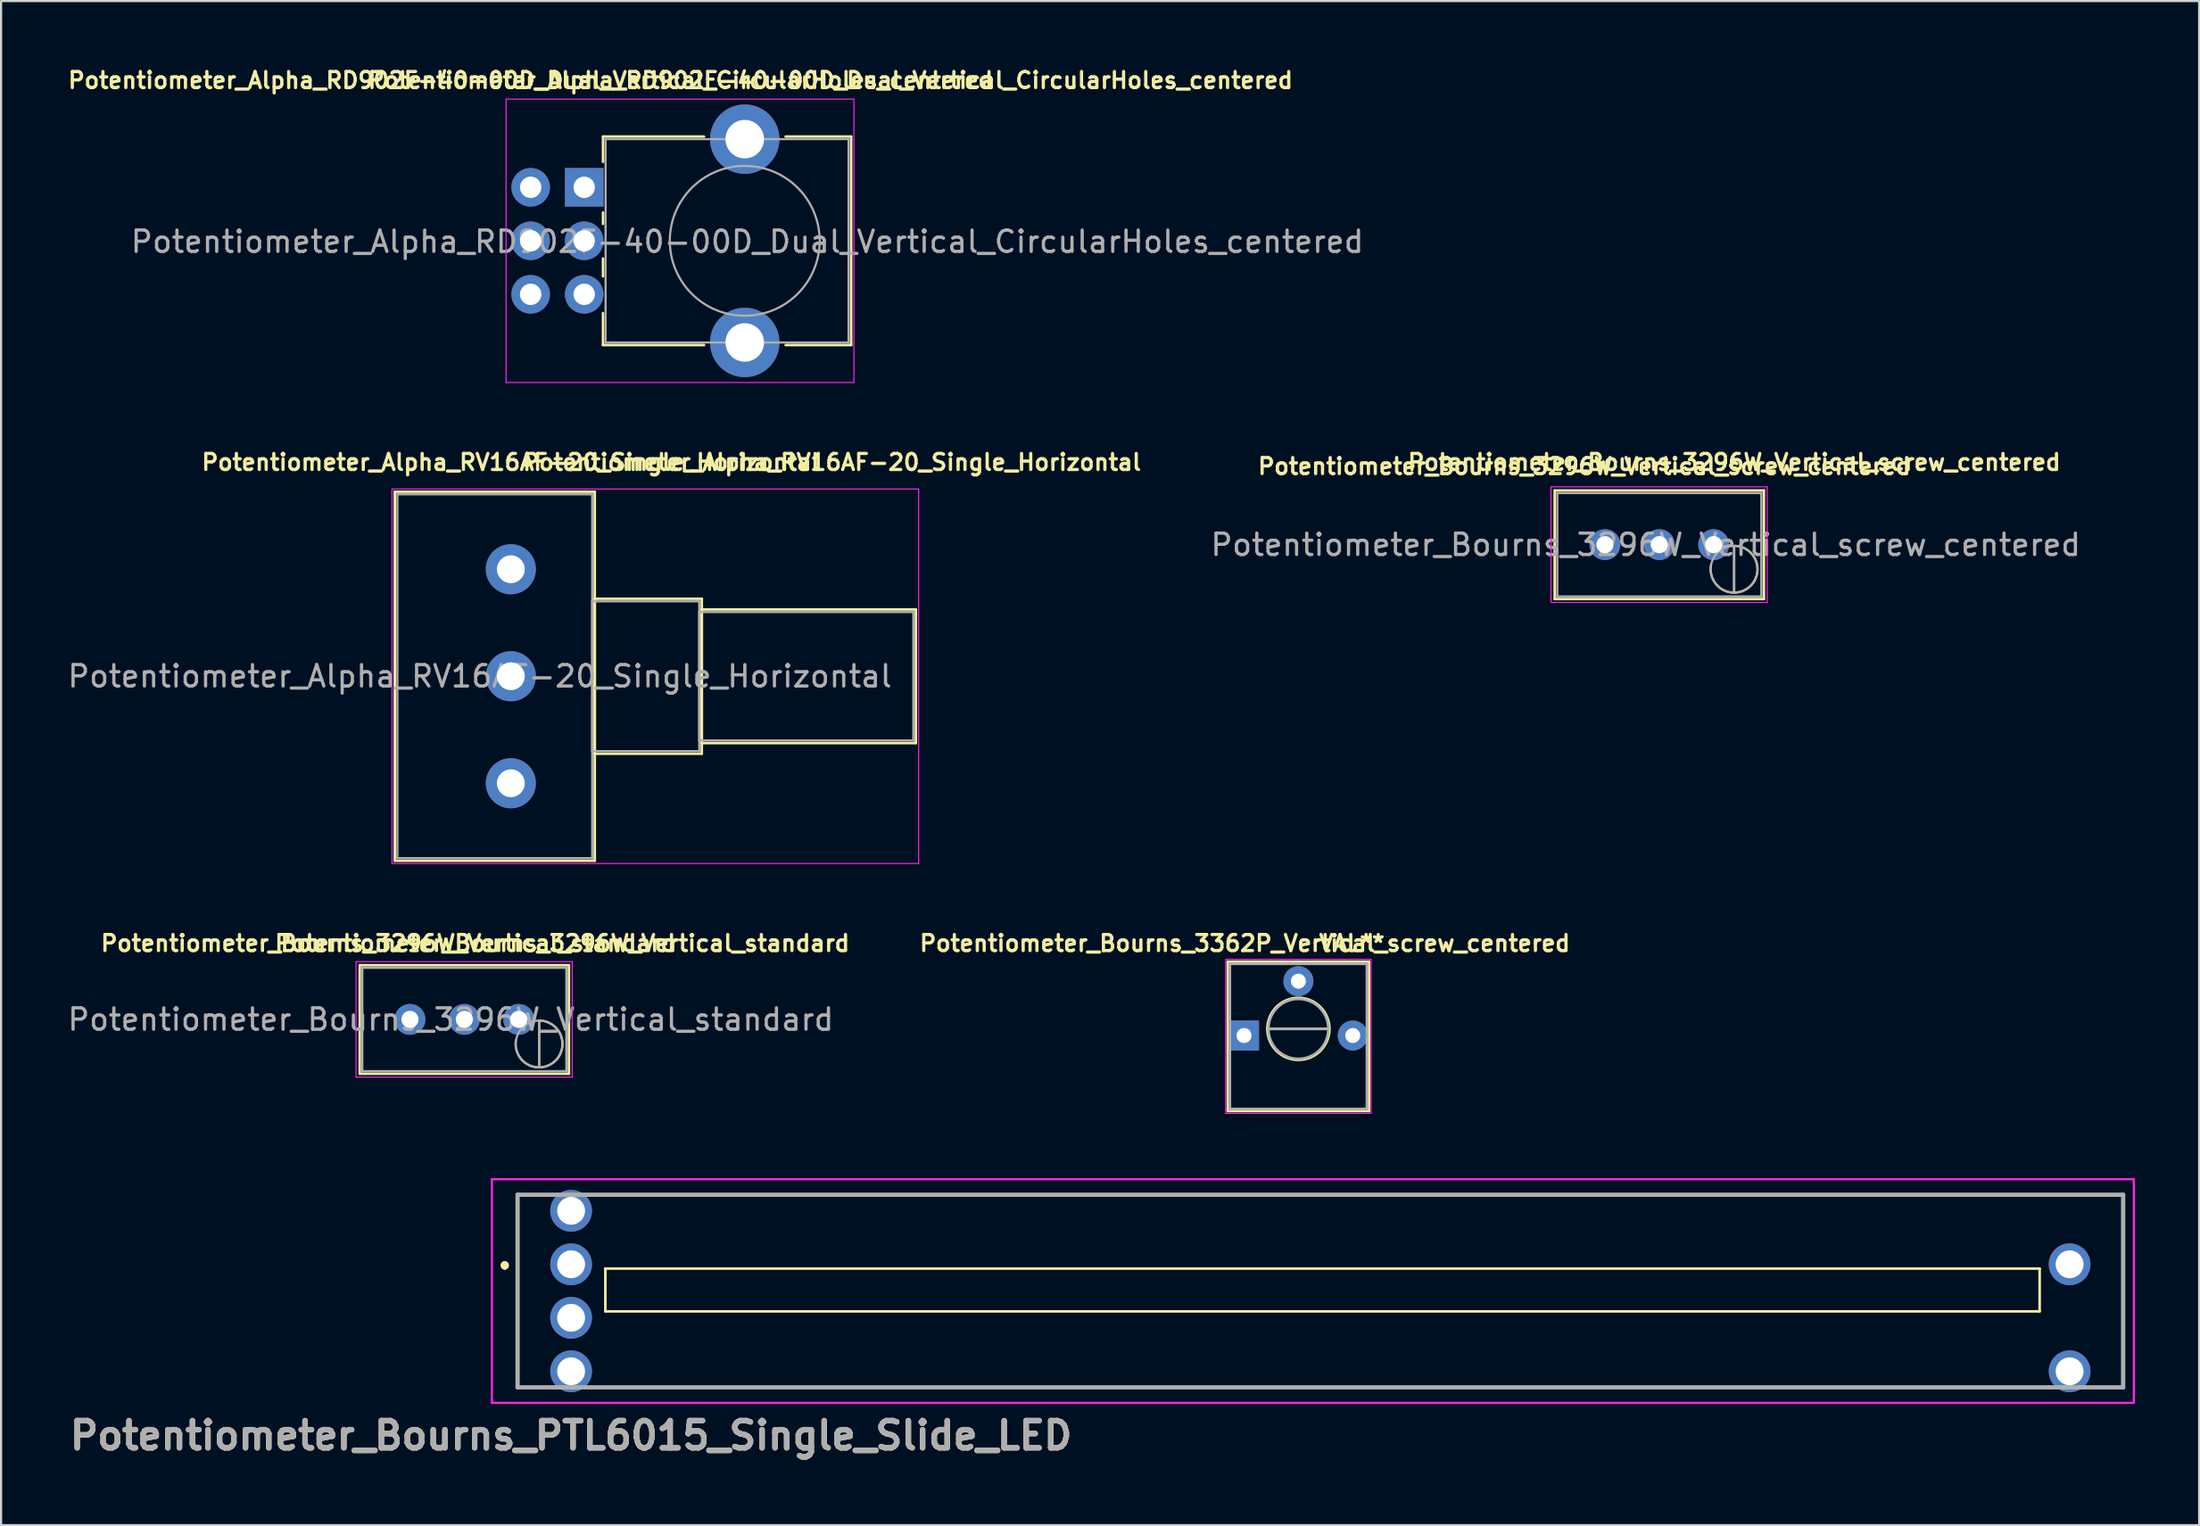
<source format=kicad_pcb>
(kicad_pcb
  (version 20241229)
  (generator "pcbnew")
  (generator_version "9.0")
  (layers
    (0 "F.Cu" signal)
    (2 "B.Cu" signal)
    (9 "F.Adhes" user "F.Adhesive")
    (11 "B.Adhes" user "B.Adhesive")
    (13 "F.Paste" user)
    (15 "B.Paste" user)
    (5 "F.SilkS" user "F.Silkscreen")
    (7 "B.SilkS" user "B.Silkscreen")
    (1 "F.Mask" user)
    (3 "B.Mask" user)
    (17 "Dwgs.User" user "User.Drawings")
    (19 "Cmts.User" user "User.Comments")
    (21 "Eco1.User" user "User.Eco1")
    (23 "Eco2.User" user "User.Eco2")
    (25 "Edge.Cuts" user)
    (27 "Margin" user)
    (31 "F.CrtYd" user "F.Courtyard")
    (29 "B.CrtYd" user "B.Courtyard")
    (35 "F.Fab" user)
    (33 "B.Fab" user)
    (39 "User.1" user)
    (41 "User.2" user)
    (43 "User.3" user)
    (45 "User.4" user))
  (footprint "Potentiometer_Bourns_3296W_Vertical_standard"
    (layer "F.Cu")
    (at 21.181 44.582)
    (property "Reference" "Potentiometer_Bourns_3296W_Vertical_standard" (at -6.096 -3.556 0) (layer "F.SilkS") (effects (font (size 0.75 0.75) (thickness 0.15))))
    (property "Value" "Potentiometer_Bourns_3296W_Vertical_standard" (at -2.54 3.67 0) (layer "F.Fab") (hide yes) (effects (font (size 1 1) (thickness 0.15))))
    (attr through_hole)
    (fp_line (start -7.425 -2.53) (end -7.425 2.54) (stroke (width 0.12) (type solid)) (layer "F.SilkS"))
    (fp_line (start -7.425 -2.53) (end 2.345 -2.53) (stroke (width 0.12) (type solid)) (layer "F.SilkS"))
    (fp_line (start -7.425 2.54) (end 2.345 2.54) (stroke (width 0.12) (type solid)) (layer "F.SilkS"))
    (fp_line (start 0.955 2.235) (end 0.955 0.066) (stroke (width 0.1) (type solid)) (layer "F.SilkS"))
    (fp_line (start 2.345 -2.53) (end 2.345 2.54) (stroke (width 0.12) (type solid)) (layer "F.SilkS"))
    (fp_arc (start 0.955 0.055) (mid 1.654363 1.982414) (end -0.133706 0.978999) (stroke (width 0.1) (type solid)) (layer "F.SilkS"))
    (fp_line (start -7.6 -2.7) (end -7.6 2.7) (stroke (width 0.05) (type solid)) (layer "F.CrtYd"))
    (fp_line (start -7.6 2.7) (end 2.5 2.7) (stroke (width 0.05) (type solid)) (layer "F.CrtYd"))
    (fp_line (start 2.5 -2.7) (end -7.6 -2.7) (stroke (width 0.05) (type solid)) (layer "F.CrtYd"))
    (fp_line (start 2.5 2.7) (end 2.5 -2.7) (stroke (width 0.05) (type solid)) (layer "F.CrtYd"))
    (fp_line (start -7.305 -2.41) (end -7.305 2.42) (stroke (width 0.1) (type solid)) (layer "F.Fab"))
    (fp_line (start -7.305 2.42) (end 2.225 2.42) (stroke (width 0.1) (type solid)) (layer "F.Fab"))
    (fp_line (start 0.955 2.235) (end 0.955 0.066) (stroke (width 0.1) (type solid)) (layer "F.Fab"))
    (fp_line (start 2.225 -2.41) (end -7.305 -2.41) (stroke (width 0.1) (type solid)) (layer "F.Fab"))
    (fp_line (start 2.225 2.42) (end 2.225 -2.41) (stroke (width 0.1) (type solid)) (layer "F.Fab"))
    (fp_circle (center 0.955 1.15) (end 2.05 1.15) (stroke (width 0.1) (type solid)) (fill no) (layer "F.Fab"))
    (fp_text user "${VALUE}" (at 2.032 -3.556 0) (layer "F.SilkS") (effects (font (size 0.75 0.75) (thickness 0.15))))
    (fp_text user "${REFERENCE}" (at -3.175 0.005 0) (layer "F.Fab") (effects (font (size 1 1) (thickness 0.15))))
    (pad "1" thru_hole circle (at 0 0) (size 1.44 1.44) (drill 0.8) (layers "*.Cu" "*.Mask"))
    (pad "2" thru_hole circle (at -2.54 0) (size 1.44 1.44) (drill 0.8) (layers "*.Cu" "*.Mask"))
    (pad "3" thru_hole circle (at -5.08 0) (size 1.44 1.44) (drill 0.8) (layers "*.Cu" "*.Mask")))
  (footprint "Potentiometer_Bourns_PTL6015_Single_Slide_LED"
    (layer "F.Cu")
    (at 23.628 56.026)
    (property "Reference" "Potentiometer_Bourns_PTL6015_Single_Slide_LED" (at 0 8 0) (layer "F.SilkS") (effects (font (size 1.27 1.27) (thickness 0.254))))
    (attr through_hole)
    (fp_line (start -3.1 -0.05) (end -3.1 -0.05) (stroke (width 0.2) (type solid)) (layer "F.SilkS"))
    (fp_line (start -3.1 0.15) (end -3.1 0.15) (stroke (width 0.2) (type solid)) (layer "F.SilkS"))
    (fp_line (start -2.5 -3.25) (end -2.5 5.75) (stroke (width 0.1) (type solid)) (layer "F.SilkS"))
    (fp_line (start -2.5 5.75) (end -1.5 5.75) (stroke (width 0.1) (type solid)) (layer "F.SilkS"))
    (fp_line (start -1.5 -3.25) (end -2.5 -3.25) (stroke (width 0.1) (type solid)) (layer "F.SilkS"))
    (fp_line (start 1.5 5.75) (end 68.5 5.75) (stroke (width 0.1) (type solid)) (layer "F.SilkS"))
    (fp_line (start 1.6 0.2) (end 68.6 0.2) (stroke (width 0.12) (type solid)) (layer "F.SilkS"))
    (fp_line (start 1.6 2.2) (end 1.6 0.2) (stroke (width 0.12) (type solid)) (layer "F.SilkS"))
    (fp_line (start 68.6 0.2) (end 68.6 2.2) (stroke (width 0.12) (type solid)) (layer "F.SilkS"))
    (fp_line (start 68.6 2.2) (end 1.6 2.2) (stroke (width 0.12) (type solid)) (layer "F.SilkS"))
    (fp_line (start 71.5 5.75) (end 72.5 5.75) (stroke (width 0.1) (type solid)) (layer "F.SilkS"))
    (fp_line (start 72.5 -3.25) (end 1.5 -3.25) (stroke (width 0.1) (type solid)) (layer "F.SilkS"))
    (fp_line (start 72.5 5.75) (end 72.5 -3.25) (stroke (width 0.1) (type solid)) (layer "F.SilkS"))
    (fp_arc (start -3.1 -0.05) (mid -3 0.05) (end -3.1 0.15) (stroke (width 0.2) (type solid)) (layer "F.SilkS"))
    (fp_arc (start -3.1 0.15) (mid -3.2 0.05) (end -3.1 -0.05) (stroke (width 0.2) (type solid)) (layer "F.SilkS"))
    (fp_line (start -3.7 -3.975) (end 73 -3.975) (stroke (width 0.1) (type solid)) (layer "F.CrtYd"))
    (fp_line (start -3.7 6.475) (end -3.7 -3.975) (stroke (width 0.1) (type solid)) (layer "F.CrtYd"))
    (fp_line (start 73 -3.975) (end 73 6.475) (stroke (width 0.1) (type solid)) (layer "F.CrtYd"))
    (fp_line (start 73 6.475) (end -3.7 6.475) (stroke (width 0.1) (type solid)) (layer "F.CrtYd"))
    (fp_line (start -2.5 -3.25) (end 72.5 -3.25) (stroke (width 0.2) (type solid)) (layer "F.Fab"))
    (fp_line (start -2.5 5.75) (end -2.5 -3.25) (stroke (width 0.2) (type solid)) (layer "F.Fab"))
    (fp_line (start 72.5 -3.25) (end 72.5 5.75) (stroke (width 0.2) (type solid)) (layer "F.Fab"))
    (fp_line (start 72.5 5.75) (end -2.5 5.75) (stroke (width 0.2) (type solid)) (layer "F.Fab"))
    (fp_text user "${REFERENCE}" (at 0 8 0) (layer "F.Fab") (effects (font (size 1.27 1.27) (thickness 0.254))))
    (pad "1" thru_hole circle (at 0 0) (size 1.95 1.95) (drill 1.3) (layers "*.Cu" "*.Mask"))
    (pad "2" thru_hole circle (at 0 -2.5) (size 1.95 1.95) (drill 1.3) (layers "*.Cu" "*.Mask"))
    (pad "3" thru_hole circle (at 70 0) (size 1.95 1.95) (drill 1.3) (layers "*.Cu" "*.Mask"))
    (pad "A" thru_hole circle (at 70 5) (size 1.95 1.95) (drill 1.3) (layers "*.Cu" "*.Mask"))
    (pad "K" thru_hole circle (at 0 5) (size 1.95 1.95) (drill 1.3) (layers "*.Cu" "*.Mask"))
    (pad "dummy" thru_hole circle (at 0 2.5) (size 1.95 1.95) (drill 1.3) (layers "*.Cu" "*.Mask")))
  (footprint "Potentiometer_Alpha_RV16AF-20_Single_Horizontal"
    (layer "F.Cu")
    (at 20.813 33.549)
    (property "Reference" "Potentiometer_Alpha_RV16AF-20_Single_Horizontal" (at 0 -15 0) (layer "F.SilkS") (effects (font (size 0.75 0.75) (thickness 0.15))))
    (property "Value" "Potentiometer_Alpha_RV16AF-20_Single_Horizontal" (at 0 5.2 0) (layer "F.Fab") (hide yes) (effects (font (size 1 1) (thickness 0.15))))
    (attr through_hole)
    (fp_line (start -5.42 -13.62) (end -5.42 3.62) (stroke (width 0.12) (type solid)) (layer "F.SilkS"))
    (fp_line (start -5.42 -13.62) (end 3.92 -13.62) (stroke (width 0.12) (type solid)) (layer "F.SilkS"))
    (fp_line (start -5.42 3.62) (end 3.92 3.62) (stroke (width 0.12) (type solid)) (layer "F.SilkS"))
    (fp_line (start 3.92 -13.62) (end 3.92 3.62) (stroke (width 0.12) (type solid)) (layer "F.SilkS"))
    (fp_line (start 3.92 -8.62) (end 3.92 -1.38) (stroke (width 0.12) (type solid)) (layer "F.SilkS"))
    (fp_line (start 3.92 -8.62) (end 8.92 -8.62) (stroke (width 0.12) (type solid)) (layer "F.SilkS"))
    (fp_line (start 3.92 -1.38) (end 8.92 -1.38) (stroke (width 0.12) (type solid)) (layer "F.SilkS"))
    (fp_line (start 8.92 -8.62) (end 8.92 -1.38) (stroke (width 0.12) (type solid)) (layer "F.SilkS"))
    (fp_line (start 8.92 -8.12) (end 8.92 -1.879) (stroke (width 0.12) (type solid)) (layer "F.SilkS"))
    (fp_line (start 8.92 -8.12) (end 18.92 -8.12) (stroke (width 0.12) (type solid)) (layer "F.SilkS"))
    (fp_line (start 8.92 -1.879) (end 18.92 -1.879) (stroke (width 0.12) (type solid)) (layer "F.SilkS"))
    (fp_line (start 18.92 -8.12) (end 18.92 -1.879) (stroke (width 0.12) (type solid)) (layer "F.SilkS"))
    (fp_line (start -5.55 -13.75) (end -5.55 3.75) (stroke (width 0.05) (type solid)) (layer "F.CrtYd"))
    (fp_line (start -5.55 3.75) (end 19.05 3.75) (stroke (width 0.05) (type solid)) (layer "F.CrtYd"))
    (fp_line (start 19.05 -13.75) (end -5.55 -13.75) (stroke (width 0.05) (type solid)) (layer "F.CrtYd"))
    (fp_line (start 19.05 3.75) (end 19.05 -13.75) (stroke (width 0.05) (type solid)) (layer "F.CrtYd"))
    (fp_line (start -5.3 -13.5) (end -5.3 3.5) (stroke (width 0.1) (type solid)) (layer "F.Fab"))
    (fp_line (start -5.3 3.5) (end 3.8 3.5) (stroke (width 0.1) (type solid)) (layer "F.Fab"))
    (fp_line (start 3.8 -13.5) (end -5.3 -13.5) (stroke (width 0.1) (type solid)) (layer "F.Fab"))
    (fp_line (start 3.8 -8.5) (end 3.8 -1.5) (stroke (width 0.1) (type solid)) (layer "F.Fab"))
    (fp_line (start 3.8 -1.5) (end 8.8 -1.5) (stroke (width 0.1) (type solid)) (layer "F.Fab"))
    (fp_line (start 3.8 3.5) (end 3.8 -13.5) (stroke (width 0.1) (type solid)) (layer "F.Fab"))
    (fp_line (start 8.8 -8.5) (end 3.8 -8.5) (stroke (width 0.1) (type solid)) (layer "F.Fab"))
    (fp_line (start 8.8 -8) (end 8.8 -2) (stroke (width 0.1) (type solid)) (layer "F.Fab"))
    (fp_line (start 8.8 -2) (end 18.8 -2) (stroke (width 0.1) (type solid)) (layer "F.Fab"))
    (fp_line (start 8.8 -1.5) (end 8.8 -8.5) (stroke (width 0.1) (type solid)) (layer "F.Fab"))
    (fp_line (start 18.8 -8) (end 8.8 -8) (stroke (width 0.1) (type solid)) (layer "F.Fab"))
    (fp_line (start 18.8 -2) (end 18.8 -8) (stroke (width 0.1) (type solid)) (layer "F.Fab"))
    (fp_text user "${VALUE}" (at 15 -15 0) (layer "F.SilkS") (effects (font (size 0.75 0.75) (thickness 0.15))))
    (fp_text user "${REFERENCE}" (at -1.45 -5 0) (layer "F.Fab") (effects (font (size 1 1) (thickness 0.15))))
    (pad "1" thru_hole circle (at 0 0) (size 2.34 2.34) (drill 1.3) (layers "*.Cu" "*.Mask"))
    (pad "2" thru_hole circle (at 0 -5) (size 2.34 2.34) (drill 1.3) (layers "*.Cu" "*.Mask"))
    (pad "3" thru_hole circle (at 0 -10) (size 2.34 2.34) (drill 1.3) (layers "*.Cu" "*.Mask")))
  (footprint "Potentiometer_Bourns_3296W_Vertical_screw_centered"
    (layer "F.Cu")
    (at 77.961 23.549)
    (property "Reference" "Potentiometer_Bourns_3296W_Vertical_screw_centered" (at -7 -4.81 0) (layer "F.SilkS") (effects (font (size 0.75 0.75) (thickness 0.15))))
    (property "Value" "Potentiometer_Bourns_3296W_Vertical_screw_centered" (at -3.5 2.52 0) (layer "F.Fab") (hide yes) (effects (font (size 1 1) (thickness 0.15))))
    (attr through_hole)
    (fp_line (start -8.385 -3.68) (end -8.385 1.39) (stroke (width 0.12) (type solid)) (layer "F.SilkS"))
    (fp_line (start -8.385 -3.68) (end 1.385 -3.68) (stroke (width 0.12) (type solid)) (layer "F.SilkS"))
    (fp_line (start -8.385 1.39) (end 1.385 1.39) (stroke (width 0.12) (type solid)) (layer "F.SilkS"))
    (fp_line (start 0 1.085) (end 0 -1.085) (stroke (width 0.1) (type solid)) (layer "F.SilkS"))
    (fp_line (start 1.385 -3.68) (end 1.385 1.39) (stroke (width 0.12) (type solid)) (layer "F.SilkS"))
    (fp_arc (start 0 -1.0955) (mid 0.699363 0.831914) (end -1.088706 -0.171501) (stroke (width 0.1) (type solid)) (layer "F.SilkS"))
    (fp_line (start -8.56 -3.85) (end -8.56 1.55) (stroke (width 0.05) (type solid)) (layer "F.CrtYd"))
    (fp_line (start -8.56 1.55) (end 1.54 1.55) (stroke (width 0.05) (type solid)) (layer "F.CrtYd"))
    (fp_line (start 1.54 -3.85) (end -8.56 -3.85) (stroke (width 0.05) (type solid)) (layer "F.CrtYd"))
    (fp_line (start 1.54 1.55) (end 1.54 -3.85) (stroke (width 0.05) (type solid)) (layer "F.CrtYd"))
    (fp_line (start -8.265 -3.56) (end -8.265 1.27) (stroke (width 0.1) (type solid)) (layer "F.Fab"))
    (fp_line (start -8.265 1.27) (end 1.265 1.27) (stroke (width 0.1) (type solid)) (layer "F.Fab"))
    (fp_line (start -0.005 1.085) (end -0.004 -1.084) (stroke (width 0.1) (type solid)) (layer "F.Fab"))
    (fp_line (start -0.005 1.085) (end -0.004 -1.084) (stroke (width 0.1) (type solid)) (layer "F.Fab"))
    (fp_line (start 1.265 -3.56) (end -8.265 -3.56) (stroke (width 0.1) (type solid)) (layer "F.Fab"))
    (fp_line (start 1.265 1.27) (end 1.265 -3.56) (stroke (width 0.1) (type solid)) (layer "F.Fab"))
    (fp_circle (center -0.005 0) (end 1.09 0) (stroke (width 0.1) (type solid)) (fill no) (layer "F.Fab"))
    (fp_text user "${VALUE}" (at 0 -5 0) (layer "F.SilkS") (effects (font (size 0.75 0.75) (thickness 0.15))))
    (fp_text user "${REFERENCE}" (at -4.135 -1.145 0) (layer "F.Fab") (effects (font (size 1 1) (thickness 0.15))))
    (pad "1" thru_hole circle (at -0.96 -1.15) (size 1.44 1.44) (drill 0.8) (layers "*.Cu" "*.Mask"))
    (pad "2" thru_hole circle (at -3.5 -1.15) (size 1.44 1.44) (drill 0.8) (layers "*.Cu" "*.Mask"))
    (pad "3" thru_hole circle (at -6.04 -1.15) (size 1.44 1.44) (drill 0.8) (layers "*.Cu" "*.Mask")))
  (footprint "Potentiometer_Bourns_3362P_Vertical_screw_centered"
    (layer "F.Cu")
    (at 57.602 45.026)
    (property "Reference" "Potentiometer_Bourns_3362P_Vertical_screw_centered" (at -2.5 -4 0) (layer "F.SilkS") (effects (font (size 0.75 0.75) (thickness 0.15))))
    (property "Value" "VAL**" (at 0 0 0) (layer "F.Fab") (hide yes) (effects (font (size 0.75 0.75) (thickness 0.15))))
    (attr through_hole)
    (fp_line (start -3.3 -3.14) (end 3.3 -3.14) (stroke (width 0.12) (type solid)) (layer "F.SilkS"))
    (fp_line (start -3.3 3.84) (end -3.3 -3.14) (stroke (width 0.12) (type solid)) (layer "F.SilkS"))
    (fp_line (start -3.3 3.84) (end 3.3 3.84) (stroke (width 0.12) (type solid)) (layer "F.SilkS"))
    (fp_line (start -1.45 0) (end 1.45 0) (stroke (width 0.12) (type solid)) (layer "F.SilkS"))
    (fp_line (start 3.3 -3.14) (end 3.3 3.84) (stroke (width 0.12) (type solid)) (layer "F.SilkS"))
    (fp_circle (center 0 0) (end 1.45 0) (stroke (width 0.12) (type solid)) (fill no) (layer "F.SilkS"))
    (fp_rect (start -3.4 -3.25) (end 3.4 3.95) (stroke (width 0.05) (type solid)) (fill no) (layer "F.CrtYd"))
    (fp_line (start -3.2 -3.04) (end 3.2 -3.04) (stroke (width 0.12) (type solid)) (layer "F.Fab"))
    (fp_line (start -3.2 3.74) (end -3.2 -3.04) (stroke (width 0.12) (type solid)) (layer "F.Fab"))
    (fp_line (start -3.2 3.74) (end 3.2 3.74) (stroke (width 0.12) (type solid)) (layer "F.Fab"))
    (fp_line (start -1.4 0) (end 1.4 0) (stroke (width 0.12) (type solid)) (layer "F.Fab"))
    (fp_line (start 3.2 -3.04) (end 3.2 3.74) (stroke (width 0.12) (type solid)) (layer "F.Fab"))
    (fp_circle (center 0 0) (end 1.4 0) (stroke (width 0.12) (type solid)) (fill no) (layer "F.Fab"))
    (fp_text user "${VALUE}" (at 2.5 -4 0) (layer "F.SilkS") (effects (font (size 0.75 0.75) (thickness 0.15))))
    (pad "1" thru_hole rect (at -2.54 0.31) (size 1.4 1.4) (drill 0.7) (layers "*.Cu" "*.Mask"))
    (pad "2" thru_hole circle (at 0 -2.23) (size 1.4 1.4) (drill 0.7) (layers "*.Cu" "*.Mask"))
    (pad "3" thru_hole circle (at 2.54 0.31) (size 1.4 1.4) (drill 0.7) (layers "*.Cu" "*.Mask")))
  (footprint "Potentiometer_Alpha_RD902F-40-00D_Dual_Vertical_CircularHoles_centered"
    (layer "F.Cu")
    (at 31.739 8.202)
    (property "Reference" "Potentiometer_Alpha_RD902F-40-00D_Dual_Vertical_CircularHoles_centered" (at -10 -7.5 180) (layer "F.SilkS") (effects (font (size 0.75 0.75) (thickness 0.15))))
    (property "Value" "Potentiometer_Alpha_RD902F-40-00D_Dual_Vertical_CircularHoles_centered" (at -7.5 7.66 180) (layer "F.Fab") (hide yes) (effects (font (size 1 1) (thickness 0.15))))
    (attr through_hole)
    (fp_line (start -6.62 -4.87) (end -1.9 -4.87) (stroke (width 0.12) (type solid)) (layer "F.SilkS"))
    (fp_line (start -6.62 -3.69) (end -6.62 -4.87) (stroke (width 0.12) (type solid)) (layer "F.SilkS"))
    (fp_line (start -6.62 -0.79) (end -6.62 -1.32) (stroke (width 0.12) (type solid)) (layer "F.SilkS"))
    (fp_line (start -6.62 1.66) (end -6.62 0.83) (stroke (width 0.12) (type solid)) (layer "F.SilkS"))
    (fp_line (start -6.62 4.87) (end -6.62 3.38) (stroke (width 0.12) (type solid)) (layer "F.SilkS"))
    (fp_line (start -6.62 4.87) (end -1.9 4.87) (stroke (width 0.12) (type solid)) (layer "F.SilkS"))
    (fp_line (start 1.91 -4.87) (end 4.97 -4.87) (stroke (width 0.12) (type solid)) (layer "F.SilkS"))
    (fp_line (start 1.91 4.87) (end 4.97 4.87) (stroke (width 0.12) (type solid)) (layer "F.SilkS"))
    (fp_line (start 4.97 4.87) (end 4.97 -4.87) (stroke (width 0.12) (type solid)) (layer "F.SilkS"))
    (fp_line (start -11.15 -6.62) (end -11.15 6.62) (stroke (width 0.05) (type solid)) (layer "F.CrtYd"))
    (fp_line (start -11.15 6.62) (end 5.1 6.62) (stroke (width 0.05) (type solid)) (layer "F.CrtYd"))
    (fp_line (start 5.1 -6.62) (end -11.15 -6.62) (stroke (width 0.05) (type solid)) (layer "F.CrtYd"))
    (fp_line (start 5.1 6.62) (end 5.1 -6.62) (stroke (width 0.05) (type solid)) (layer "F.CrtYd"))
    (fp_line (start -6.5 -4.75) (end 4.85 -4.75) (stroke (width 0.1) (type solid)) (layer "F.Fab"))
    (fp_line (start -6.5 4.75) (end -6.5 -4.75) (stroke (width 0.1) (type solid)) (layer "F.Fab"))
    (fp_line (start -6.5 4.75) (end 4.85 4.75) (stroke (width 0.1) (type solid)) (layer "F.Fab"))
    (fp_line (start 4.85 4.75) (end 4.85 -4.75) (stroke (width 0.1) (type solid)) (layer "F.Fab"))
    (fp_circle (center 0 0) (end 0 -3.5) (stroke (width 0.1) (type solid)) (fill no) (layer "F.Fab"))
    (fp_text user "${VALUE}" (at 4 -7.5 0) (layer "F.SilkS") (effects (font (size 0.75 0.75) (thickness 0.15))))
    (fp_text user "${REFERENCE}" (at 0.12 0.04 0) (layer "F.Fab") (effects (font (size 1 1) (thickness 0.15))))
    (pad "" thru_hole circle (at 0 -4.75 90) (size 3.24 3.24) (drill 1.8) (layers "*.Cu" "*.Mask"))
    (pad "" thru_hole circle (at 0 4.75 90) (size 3.24 3.24) (drill 1.8) (layers "*.Cu" "*.Mask"))
    (pad "1" thru_hole rect (at -7.5 -2.5 90) (size 1.8 1.8) (drill 1) (layers "*.Cu" "*.Mask"))
    (pad "2" thru_hole circle (at -7.5 0 90) (size 1.8 1.8) (drill 1) (layers "*.Cu" "*.Mask"))
    (pad "3" thru_hole circle (at -7.5 2.5 90) (size 1.8 1.8) (drill 1) (layers "*.Cu" "*.Mask"))
    (pad "4" thru_hole circle (at -10 -2.5 90) (size 1.8 1.8) (drill 1) (layers "*.Cu" "*.Mask"))
    (pad "5" thru_hole circle (at -10 0 90) (size 1.8 1.8) (drill 1) (layers "*.Cu" "*.Mask"))
    (pad "6" thru_hole circle (at -10 2.5 90) (size 1.8 1.8) (drill 1) (layers "*.Cu" "*.Mask")))
  (gr_rect
    (start -3 -3)
    (end 99.678 68.215)
    (stroke (width 0.1) (type default))
    (fill no)
    (layer "Edge.Cuts")))
</source>
